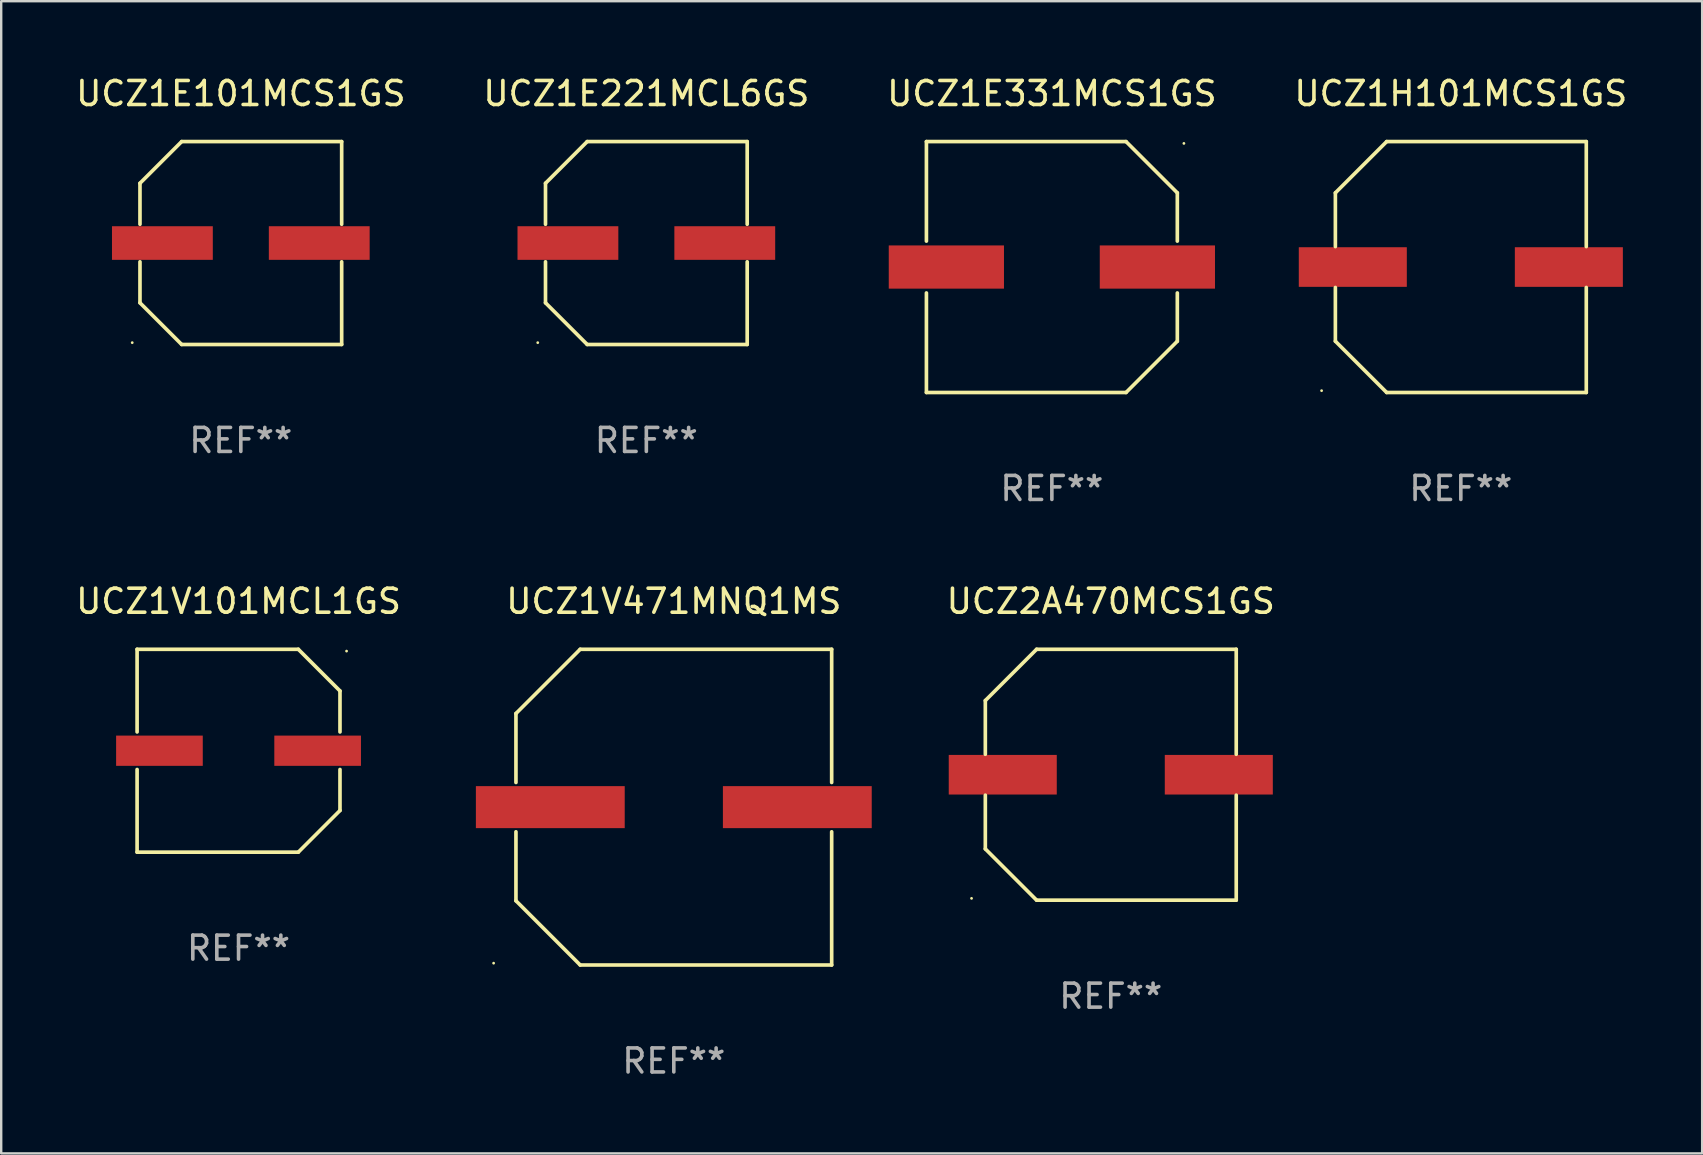
<source format=kicad_pcb>
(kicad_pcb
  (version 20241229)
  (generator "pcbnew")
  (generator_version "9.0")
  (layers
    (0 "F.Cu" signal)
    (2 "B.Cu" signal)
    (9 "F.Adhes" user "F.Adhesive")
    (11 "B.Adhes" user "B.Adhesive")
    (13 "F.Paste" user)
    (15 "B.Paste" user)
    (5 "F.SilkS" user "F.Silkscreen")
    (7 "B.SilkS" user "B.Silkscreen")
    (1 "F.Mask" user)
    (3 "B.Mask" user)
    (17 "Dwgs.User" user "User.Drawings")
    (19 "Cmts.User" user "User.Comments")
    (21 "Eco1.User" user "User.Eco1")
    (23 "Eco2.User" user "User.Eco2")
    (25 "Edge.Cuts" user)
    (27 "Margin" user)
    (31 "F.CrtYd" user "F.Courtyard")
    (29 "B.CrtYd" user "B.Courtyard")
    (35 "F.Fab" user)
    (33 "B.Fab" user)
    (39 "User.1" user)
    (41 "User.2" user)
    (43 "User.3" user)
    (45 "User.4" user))
  (footprint "UCZ1E221MCL6GS"
    (layer "F.Cu")
    (at 23.875 7.074)
    (property "Reference" "UCZ1E221MCL6GS" (at 0 -6.226 0) (layer "F.SilkS") (effects (font (size 1 1) (thickness 0.15))))
    (attr through_hole)
    (fp_line (start -4.201 -2.49) (end -4.201 -0.782) (stroke (width 0.152) (type solid)) (layer "F.SilkS"))
    (fp_line (start -4.201 2.49) (end -4.201 0.782) (stroke (width 0.152) (type solid)) (layer "F.SilkS"))
    (fp_line (start -2.465 -4.226) (end -4.201 -2.49) (stroke (width 0.152) (type solid)) (layer "F.SilkS"))
    (fp_line (start -2.465 4.226) (end -4.201 2.49) (stroke (width 0.152) (type solid)) (layer "F.SilkS"))
    (fp_line (start 4.201 -4.226) (end -2.465 -4.226) (stroke (width 0.152) (type solid)) (layer "F.SilkS"))
    (fp_line (start 4.201 -0.782) (end 4.201 -4.226) (stroke (width 0.152) (type solid)) (layer "F.SilkS"))
    (fp_line (start 4.201 0.782) (end 4.201 4.226) (stroke (width 0.152) (type solid)) (layer "F.SilkS"))
    (fp_line (start 4.201 4.226) (end -2.465 4.226) (stroke (width 0.152) (type solid)) (layer "F.SilkS"))
    (fp_circle (center -4.524 4.15) (end -4.494 4.15) (stroke (width 0.06) (type solid)) (fill no) (layer "F.SilkS"))
    (fp_text user "REF**" (at 0 8.226 0) (layer "F.Fab") (effects (font (size 1 1) (thickness 0.15))))
    (pad "1" smd rect (at -3.267 0) (size 4.2 1.4) (layers "F.Cu" "F.Mask" "F.Paste"))
    (pad "2" smd rect (at 3.267 0) (size 4.2 1.4) (layers "F.Cu" "F.Mask" "F.Paste")))
  (footprint "UCZ1H101MCS1GS"
    (layer "F.Cu")
    (at 57.804 8.074)
    (property "Reference" "UCZ1H101MCS1GS" (at 0 -7.226 0) (layer "F.SilkS") (effects (font (size 1 1) (thickness 0.15))))
    (attr through_hole)
    (fp_line (start -5.226 -3.09) (end -5.226 -0.852) (stroke (width 0.152) (type solid)) (layer "F.SilkS"))
    (fp_line (start -5.226 3.09) (end -5.226 0.852) (stroke (width 0.152) (type solid)) (layer "F.SilkS"))
    (fp_line (start -3.09 -5.226) (end -5.226 -3.09) (stroke (width 0.152) (type solid)) (layer "F.SilkS"))
    (fp_line (start -3.09 5.226) (end -5.226 3.09) (stroke (width 0.152) (type solid)) (layer "F.SilkS"))
    (fp_line (start 5.226 -5.226) (end -3.09 -5.226) (stroke (width 0.152) (type solid)) (layer "F.SilkS"))
    (fp_line (start 5.226 -0.852) (end 5.226 -5.226) (stroke (width 0.152) (type solid)) (layer "F.SilkS"))
    (fp_line (start 5.226 0.852) (end 5.226 5.226) (stroke (width 0.152) (type solid)) (layer "F.SilkS"))
    (fp_line (start 5.226 5.226) (end -3.09 5.226) (stroke (width 0.152) (type solid)) (layer "F.SilkS"))
    (fp_circle (center -5.8 5.15) (end -5.77 5.15) (stroke (width 0.06) (type solid)) (fill no) (layer "F.SilkS"))
    (fp_text user "REF**" (at 0 9.226 0) (layer "F.Fab") (effects (font (size 1 1) (thickness 0.15))))
    (pad "1" smd rect (at -4.5 0) (size 4.5 1.65) (layers "F.Cu" "F.Mask" "F.Paste"))
    (pad "2" smd rect (at 4.5 0) (size 4.5 1.65) (layers "F.Cu" "F.Mask" "F.Paste")))
  (footprint "UCZ1V471MNQ1MS"
    (layer "F.Cu")
    (at 25.019 30.573)
    (property "Reference" "UCZ1V471MNQ1MS" (at 0 -8.576 0) (layer "F.SilkS") (effects (font (size 1 1) (thickness 0.15))))
    (attr through_hole)
    (fp_line (start -6.576 -3.9) (end -6.576 -1.027) (stroke (width 0.152) (type solid)) (layer "F.SilkS"))
    (fp_line (start -6.576 3.9) (end -6.576 1.027) (stroke (width 0.152) (type solid)) (layer "F.SilkS"))
    (fp_line (start -3.9 -6.576) (end -6.576 -3.9) (stroke (width 0.152) (type solid)) (layer "F.SilkS"))
    (fp_line (start -3.9 6.576) (end -6.576 3.9) (stroke (width 0.152) (type solid)) (layer "F.SilkS"))
    (fp_line (start 6.576 -6.576) (end -3.9 -6.576) (stroke (width 0.152) (type solid)) (layer "F.SilkS"))
    (fp_line (start 6.576 -1.027) (end 6.576 -6.576) (stroke (width 0.152) (type solid)) (layer "F.SilkS"))
    (fp_line (start 6.576 1.027) (end 6.576 6.576) (stroke (width 0.152) (type solid)) (layer "F.SilkS"))
    (fp_line (start 6.576 6.576) (end -3.9 6.576) (stroke (width 0.152) (type solid)) (layer "F.SilkS"))
    (fp_circle (center -7.506 6.5) (end -7.476 6.5) (stroke (width 0.06) (type solid)) (fill no) (layer "F.SilkS"))
    (fp_text user "REF**" (at 0 10.576 0) (layer "F.Fab") (effects (font (size 1 1) (thickness 0.15))))
    (pad "1" smd rect (at -5.145 0) (size 6.2 1.75) (layers "F.Cu" "F.Mask" "F.Paste"))
    (pad "2" smd rect (at 5.145 0) (size 6.2 1.75) (layers "F.Cu" "F.Mask" "F.Paste")))
  (footprint "UCZ2A470MCS1GS"
    (layer "F.Cu")
    (at 43.222 29.223)
    (property "Reference" "UCZ2A470MCS1GS" (at 0 -7.226 0) (layer "F.SilkS") (effects (font (size 1 1) (thickness 0.15))))
    (attr through_hole)
    (fp_line (start -5.226 -3.09) (end -5.226 -0.852) (stroke (width 0.152) (type solid)) (layer "F.SilkS"))
    (fp_line (start -5.226 3.09) (end -5.226 0.852) (stroke (width 0.152) (type solid)) (layer "F.SilkS"))
    (fp_line (start -3.09 -5.226) (end -5.226 -3.09) (stroke (width 0.152) (type solid)) (layer "F.SilkS"))
    (fp_line (start -3.09 5.226) (end -5.226 3.09) (stroke (width 0.152) (type solid)) (layer "F.SilkS"))
    (fp_line (start 5.226 -5.226) (end -3.09 -5.226) (stroke (width 0.152) (type solid)) (layer "F.SilkS"))
    (fp_line (start 5.226 -0.852) (end 5.226 -5.226) (stroke (width 0.152) (type solid)) (layer "F.SilkS"))
    (fp_line (start 5.226 0.852) (end 5.226 5.226) (stroke (width 0.152) (type solid)) (layer "F.SilkS"))
    (fp_line (start 5.226 5.226) (end -3.09 5.226) (stroke (width 0.152) (type solid)) (layer "F.SilkS"))
    (fp_circle (center -5.8 5.15) (end -5.77 5.15) (stroke (width 0.06) (type solid)) (fill no) (layer "F.SilkS"))
    (fp_text user "REF**" (at 0 9.226 0) (layer "F.Fab") (effects (font (size 1 1) (thickness 0.15))))
    (pad "1" smd rect (at -4.5 0) (size 4.5 1.65) (layers "F.Cu" "F.Mask" "F.Paste"))
    (pad "2" smd rect (at 4.5 0) (size 4.5 1.65) (layers "F.Cu" "F.Mask" "F.Paste")))
  (footprint "UCZ1E331MCS1GS"
    (layer "F.Cu")
    (at 40.768 8.074)
    (property "Reference" "UCZ1E331MCS1GS" (at 0 -7.226 0) (layer "F.SilkS") (effects (font (size 1 1) (thickness 0.15))))
    (attr through_hole)
    (fp_line (start -5.226 -5.226) (end -5.226 -1.08) (stroke (width 0.152) (type solid)) (layer "F.SilkS"))
    (fp_line (start -5.226 -5.226) (end 3.09 -5.226) (stroke (width 0.152) (type solid)) (layer "F.SilkS"))
    (fp_line (start -5.226 1.08) (end -5.226 5.226) (stroke (width 0.152) (type solid)) (layer "F.SilkS"))
    (fp_line (start -5.226 5.226) (end 3.09 5.226) (stroke (width 0.152) (type solid)) (layer "F.SilkS"))
    (fp_line (start 3.09 -5.226) (end 5.226 -3.09) (stroke (width 0.152) (type solid)) (layer "F.SilkS"))
    (fp_line (start 3.09 5.226) (end 5.226 3.09) (stroke (width 0.152) (type solid)) (layer "F.SilkS"))
    (fp_line (start 5.226 -1.08) (end 5.226 -3.09) (stroke (width 0.152) (type solid)) (layer "F.SilkS"))
    (fp_line (start 5.226 3.09) (end 5.226 1.08) (stroke (width 0.152) (type solid)) (layer "F.SilkS"))
    (fp_circle (center 5.5 -5.15) (end 5.53 -5.15) (stroke (width 0.06) (type solid)) (fill no) (layer "F.SilkS"))
    (fp_text user "REF**" (at 0 9.226 0) (layer "F.Fab") (effects (font (size 1 1) (thickness 0.15))))
    (pad "1" smd rect (at 4.395 0 180) (size 4.8 1.8) (layers "F.Cu" "F.Mask" "F.Paste"))
    (pad "2" smd rect (at -4.395 0 180) (size 4.8 1.8) (layers "F.Cu" "F.Mask" "F.Paste")))
  (footprint "UCZ1V101MCL1GS"
    (layer "F.Cu")
    (at 6.887 28.223)
    (property "Reference" "UCZ1V101MCL1GS" (at 0 -6.226 0) (layer "F.SilkS") (effects (font (size 1 1) (thickness 0.15))))
    (attr through_hole)
    (fp_line (start -4.226 -4.226) (end 2.49 -4.226) (stroke (width 0.152) (type solid)) (layer "F.SilkS"))
    (fp_line (start -4.226 -0.782) (end -4.226 -4.226) (stroke (width 0.152) (type solid)) (layer "F.SilkS"))
    (fp_line (start -4.226 0.782) (end -4.226 4.226) (stroke (width 0.152) (type solid)) (layer "F.SilkS"))
    (fp_line (start -4.226 4.226) (end 2.49 4.226) (stroke (width 0.152) (type solid)) (layer "F.SilkS"))
    (fp_line (start 2.49 -4.226) (end 4.226 -2.49) (stroke (width 0.152) (type solid)) (layer "F.SilkS"))
    (fp_line (start 2.49 4.226) (end 4.226 2.49) (stroke (width 0.152) (type solid)) (layer "F.SilkS"))
    (fp_line (start 4.226 -2.49) (end 4.226 -0.782) (stroke (width 0.152) (type solid)) (layer "F.SilkS"))
    (fp_line (start 4.226 2.49) (end 4.226 0.782) (stroke (width 0.152) (type solid)) (layer "F.SilkS"))
    (fp_circle (center 4.5 -4.15) (end 4.53 -4.15) (stroke (width 0.06) (type solid)) (fill no) (layer "F.SilkS"))
    (fp_text user "REF**" (at 0 8.226 0) (layer "F.Fab") (effects (font (size 1 1) (thickness 0.15))))
    (pad "1" smd rect (at 3.295 0 180) (size 3.61 1.26) (layers "F.Cu" "F.Mask" "F.Paste"))
    (pad "2" smd rect (at -3.295 0 180) (size 3.61 1.26) (layers "F.Cu" "F.Mask" "F.Paste")))
  (footprint "UCZ1E101MCS1GS"
    (layer "F.Cu")
    (at 6.982 7.074)
    (property "Reference" "UCZ1E101MCS1GS" (at 0 -6.226 0) (layer "F.SilkS") (effects (font (size 1 1) (thickness 0.15))))
    (attr through_hole)
    (fp_line (start -4.201 -2.49) (end -4.201 -0.782) (stroke (width 0.152) (type solid)) (layer "F.SilkS"))
    (fp_line (start -4.201 2.49) (end -4.201 0.782) (stroke (width 0.152) (type solid)) (layer "F.SilkS"))
    (fp_line (start -2.465 -4.226) (end -4.201 -2.49) (stroke (width 0.152) (type solid)) (layer "F.SilkS"))
    (fp_line (start -2.465 4.226) (end -4.201 2.49) (stroke (width 0.152) (type solid)) (layer "F.SilkS"))
    (fp_line (start 4.201 -4.226) (end -2.465 -4.226) (stroke (width 0.152) (type solid)) (layer "F.SilkS"))
    (fp_line (start 4.201 -0.782) (end 4.201 -4.226) (stroke (width 0.152) (type solid)) (layer "F.SilkS"))
    (fp_line (start 4.201 0.782) (end 4.201 4.226) (stroke (width 0.152) (type solid)) (layer "F.SilkS"))
    (fp_line (start 4.201 4.226) (end -2.465 4.226) (stroke (width 0.152) (type solid)) (layer "F.SilkS"))
    (fp_circle (center -4.524 4.15) (end -4.494 4.15) (stroke (width 0.06) (type solid)) (fill no) (layer "F.SilkS"))
    (fp_text user "REF**" (at 0 8.226 0) (layer "F.Fab") (effects (font (size 1 1) (thickness 0.15))))
    (pad "1" smd rect (at -3.267 0) (size 4.2 1.4) (layers "F.Cu" "F.Mask" "F.Paste"))
    (pad "2" smd rect (at 3.267 0) (size 4.2 1.4) (layers "F.Cu" "F.Mask" "F.Paste")))
  (gr_rect
    (start -3 -3)
    (end 67.857 44.998)
    (stroke (width 0.1) (type default))
    (fill no)
    (layer "Edge.Cuts")))
</source>
